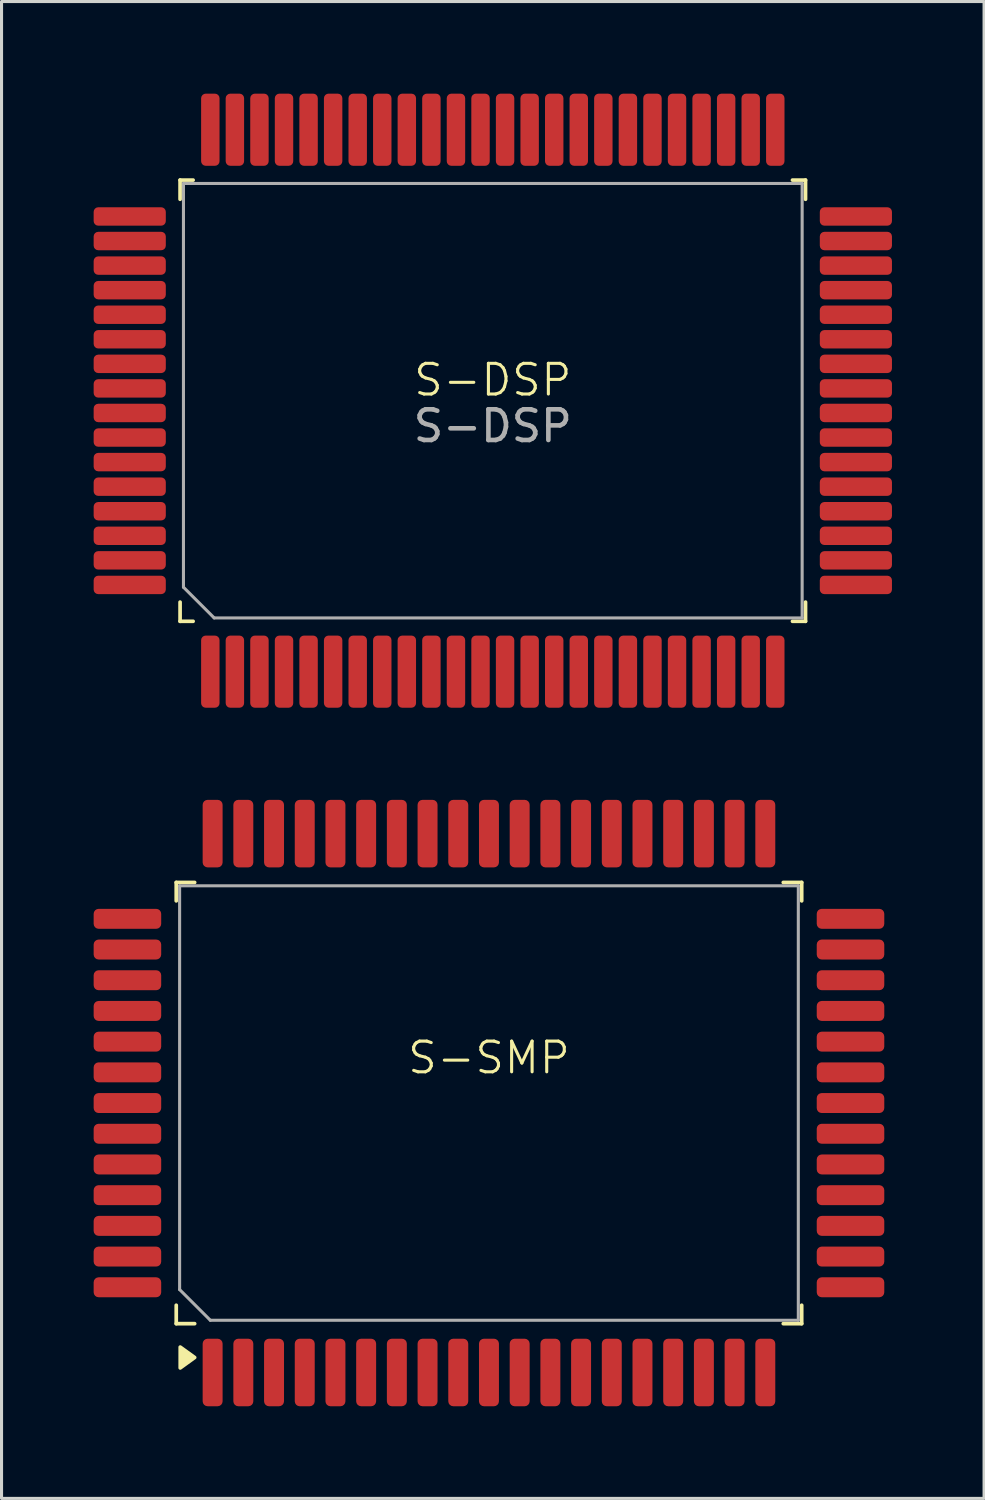
<source format=kicad_pcb>
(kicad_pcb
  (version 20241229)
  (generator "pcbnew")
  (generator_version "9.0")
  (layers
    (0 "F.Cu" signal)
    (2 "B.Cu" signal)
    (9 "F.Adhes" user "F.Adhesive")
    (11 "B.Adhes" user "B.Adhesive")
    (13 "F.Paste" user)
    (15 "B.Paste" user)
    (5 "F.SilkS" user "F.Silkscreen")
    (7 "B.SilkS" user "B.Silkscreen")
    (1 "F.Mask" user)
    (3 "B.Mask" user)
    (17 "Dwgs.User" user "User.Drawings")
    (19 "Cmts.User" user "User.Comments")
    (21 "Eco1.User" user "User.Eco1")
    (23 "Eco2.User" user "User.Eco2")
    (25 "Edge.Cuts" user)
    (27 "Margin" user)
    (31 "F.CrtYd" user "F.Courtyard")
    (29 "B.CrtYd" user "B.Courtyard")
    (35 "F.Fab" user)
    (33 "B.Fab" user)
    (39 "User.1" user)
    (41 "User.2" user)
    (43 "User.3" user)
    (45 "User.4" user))
  (footprint "S-DSP"
    (layer "F.Cu")
    (at 13 9.825)
    (property "Reference" "S-DSP" (at 0 -0.5 0) (unlocked yes) (layer "F.SilkS") (effects (font (size 1 1) (thickness 0.1))))
    (attr smd)
    (fp_line (start -10.185 -7.01) (end -9.76 -7.01) (stroke (width 0.12) (type solid)) (layer "F.SilkS"))
    (fp_line (start -10.185 -6.385) (end -10.185 -7.01) (stroke (width 0.12) (type solid)) (layer "F.SilkS"))
    (fp_line (start -10.185 6.735) (end -10.185 7.36) (stroke (width 0.12) (type solid)) (layer "F.SilkS"))
    (fp_line (start -10.185 7.36) (end -9.76 7.36) (stroke (width 0.12) (type solid)) (layer "F.SilkS"))
    (fp_line (start 10.185 -7.01) (end 9.76 -7.01) (stroke (width 0.12) (type solid)) (layer "F.SilkS"))
    (fp_line (start 10.185 -6.385) (end 10.185 -7.01) (stroke (width 0.12) (type solid)) (layer "F.SilkS"))
    (fp_line (start 10.185 6.735) (end 10.185 7.36) (stroke (width 0.12) (type solid)) (layer "F.SilkS"))
    (fp_line (start 10.185 7.36) (end 9.76 7.36) (stroke (width 0.12) (type solid)) (layer "F.SilkS"))
    (fp_line (start -10.075 -6.9) (end 10.075 -6.9) (stroke (width 0.1) (type solid)) (layer "F.Fab"))
    (fp_line (start -10.075 6.25) (end -10.075 -6.9) (stroke (width 0.1) (type solid)) (layer "F.Fab"))
    (fp_line (start -9.075 7.25) (end -10.075 6.25) (stroke (width 0.1) (type solid)) (layer "F.Fab"))
    (fp_line (start 10.075 -6.9) (end 10.075 7.25) (stroke (width 0.1) (type solid)) (layer "F.Fab"))
    (fp_line (start 10.075 7.25) (end -9.075 7.25) (stroke (width 0.1) (type solid)) (layer "F.Fab"))
    (fp_text user "${REFERENCE}" (at 0 1 0) (unlocked yes) (layer "F.Fab") (effects (font (size 1 1) (thickness 0.15))))
    (pad "1" smd roundrect (at -9.2 9 90) (size 2.35 0.6) (layers "F.Cu" "F.Mask" "F.Paste") (roundrect_rratio 0.25))
    (pad "2" smd roundrect (at -8.4 9 90) (size 2.35 0.6) (layers "F.Cu" "F.Mask" "F.Paste") (roundrect_rratio 0.25))
    (pad "3" smd roundrect (at -7.6 9 90) (size 2.35 0.6) (layers "F.Cu" "F.Mask" "F.Paste") (roundrect_rratio 0.25))
    (pad "4" smd roundrect (at -6.8 9 90) (size 2.35 0.6) (layers "F.Cu" "F.Mask" "F.Paste") (roundrect_rratio 0.25))
    (pad "5" smd roundrect (at -6 9 90) (size 2.35 0.6) (layers "F.Cu" "F.Mask" "F.Paste") (roundrect_rratio 0.25))
    (pad "6" smd roundrect (at -5.2 9 90) (size 2.35 0.6) (layers "F.Cu" "F.Mask" "F.Paste") (roundrect_rratio 0.25))
    (pad "7" smd roundrect (at -4.4 9 90) (size 2.35 0.6) (layers "F.Cu" "F.Mask" "F.Paste") (roundrect_rratio 0.25))
    (pad "8" smd roundrect (at -3.6 9 90) (size 2.35 0.6) (layers "F.Cu" "F.Mask" "F.Paste") (roundrect_rratio 0.25))
    (pad "9" smd roundrect (at -2.8 9 90) (size 2.35 0.6) (layers "F.Cu" "F.Mask" "F.Paste") (roundrect_rratio 0.25))
    (pad "10" smd roundrect (at -2 9 90) (size 2.35 0.6) (layers "F.Cu" "F.Mask" "F.Paste") (roundrect_rratio 0.25))
    (pad "11" smd roundrect (at -1.2 9 90) (size 2.35 0.6) (layers "F.Cu" "F.Mask" "F.Paste") (roundrect_rratio 0.25))
    (pad "12" smd roundrect (at -0.4 9 90) (size 2.35 0.6) (layers "F.Cu" "F.Mask" "F.Paste") (roundrect_rratio 0.25))
    (pad "13" smd roundrect (at 0.4 9 90) (size 2.35 0.6) (layers "F.Cu" "F.Mask" "F.Paste") (roundrect_rratio 0.25))
    (pad "14" smd roundrect (at 1.2 9 90) (size 2.35 0.6) (layers "F.Cu" "F.Mask" "F.Paste") (roundrect_rratio 0.25))
    (pad "15" smd roundrect (at 2 9 90) (size 2.35 0.6) (layers "F.Cu" "F.Mask" "F.Paste") (roundrect_rratio 0.25))
    (pad "16" smd roundrect (at 2.8 9 90) (size 2.35 0.6) (layers "F.Cu" "F.Mask" "F.Paste") (roundrect_rratio 0.25))
    (pad "17" smd roundrect (at 3.6 9 90) (size 2.35 0.6) (layers "F.Cu" "F.Mask" "F.Paste") (roundrect_rratio 0.25))
    (pad "18" smd roundrect (at 4.4 9 90) (size 2.35 0.6) (layers "F.Cu" "F.Mask" "F.Paste") (roundrect_rratio 0.25))
    (pad "19" smd roundrect (at 5.2 9 90) (size 2.35 0.6) (layers "F.Cu" "F.Mask" "F.Paste") (roundrect_rratio 0.25))
    (pad "20" smd roundrect (at 6 9 90) (size 2.35 0.6) (layers "F.Cu" "F.Mask" "F.Paste") (roundrect_rratio 0.25))
    (pad "21" smd roundrect (at 6.8 9 90) (size 2.35 0.6) (layers "F.Cu" "F.Mask" "F.Paste") (roundrect_rratio 0.25))
    (pad "22" smd roundrect (at 7.6 9 90) (size 2.35 0.6) (layers "F.Cu" "F.Mask" "F.Paste") (roundrect_rratio 0.25))
    (pad "23" smd roundrect (at 8.4 9 90) (size 2.35 0.6) (layers "F.Cu" "F.Mask" "F.Paste") (roundrect_rratio 0.25))
    (pad "24" smd roundrect (at 9.2 9 90) (size 2.35 0.6) (layers "F.Cu" "F.Mask" "F.Paste") (roundrect_rratio 0.25))
    (pad "25" smd roundrect (at 11.825 6.175 90) (size 0.6 2.35) (layers "F.Cu" "F.Mask" "F.Paste") (roundrect_rratio 0.25))
    (pad "26" smd roundrect (at 11.825 5.375 90) (size 0.6 2.35) (layers "F.Cu" "F.Mask" "F.Paste") (roundrect_rratio 0.25))
    (pad "27" smd roundrect (at 11.825 4.575 90) (size 0.6 2.35) (layers "F.Cu" "F.Mask" "F.Paste") (roundrect_rratio 0.25))
    (pad "28" smd roundrect (at 11.825 3.775 90) (size 0.6 2.35) (layers "F.Cu" "F.Mask" "F.Paste") (roundrect_rratio 0.25))
    (pad "29" smd roundrect (at 11.825 2.975 90) (size 0.6 2.35) (layers "F.Cu" "F.Mask" "F.Paste") (roundrect_rratio 0.25))
    (pad "30" smd roundrect (at 11.825 2.175 90) (size 0.6 2.35) (layers "F.Cu" "F.Mask" "F.Paste") (roundrect_rratio 0.25))
    (pad "31" smd roundrect (at 11.825 1.375 90) (size 0.6 2.35) (layers "F.Cu" "F.Mask" "F.Paste") (roundrect_rratio 0.25))
    (pad "32" smd roundrect (at 11.825 0.575 90) (size 0.6 2.35) (layers "F.Cu" "F.Mask" "F.Paste") (roundrect_rratio 0.25))
    (pad "33" smd roundrect (at 11.825 -0.225 90) (size 0.6 2.35) (layers "F.Cu" "F.Mask" "F.Paste") (roundrect_rratio 0.25))
    (pad "34" smd roundrect (at 11.825 -1.025 90) (size 0.6 2.35) (layers "F.Cu" "F.Mask" "F.Paste") (roundrect_rratio 0.25))
    (pad "35" smd roundrect (at 11.825 -1.825 90) (size 0.6 2.35) (layers "F.Cu" "F.Mask" "F.Paste") (roundrect_rratio 0.25))
    (pad "36" smd roundrect (at 11.825 -2.625 90) (size 0.6 2.35) (layers "F.Cu" "F.Mask" "F.Paste") (roundrect_rratio 0.25))
    (pad "37" smd roundrect (at 11.825 -3.425 90) (size 0.6 2.35) (layers "F.Cu" "F.Mask" "F.Paste") (roundrect_rratio 0.25))
    (pad "38" smd roundrect (at 11.825 -4.225 90) (size 0.6 2.35) (layers "F.Cu" "F.Mask" "F.Paste") (roundrect_rratio 0.25))
    (pad "39" smd roundrect (at 11.825 -5.025 90) (size 0.6 2.35) (layers "F.Cu" "F.Mask" "F.Paste") (roundrect_rratio 0.25))
    (pad "40" smd roundrect (at 11.825 -5.825 90) (size 0.6 2.35) (layers "F.Cu" "F.Mask" "F.Paste") (roundrect_rratio 0.25))
    (pad "41" smd roundrect (at 9.2 -8.65 90) (size 2.35 0.6) (layers "F.Cu" "F.Mask" "F.Paste") (roundrect_rratio 0.25))
    (pad "42" smd roundrect (at 8.4 -8.65 90) (size 2.35 0.6) (layers "F.Cu" "F.Mask" "F.Paste") (roundrect_rratio 0.25))
    (pad "43" smd roundrect (at 7.6 -8.65 90) (size 2.35 0.6) (layers "F.Cu" "F.Mask" "F.Paste") (roundrect_rratio 0.25))
    (pad "44" smd roundrect (at 6.8 -8.65 90) (size 2.35 0.6) (layers "F.Cu" "F.Mask" "F.Paste") (roundrect_rratio 0.25))
    (pad "45" smd roundrect (at 6 -8.65 90) (size 2.35 0.6) (layers "F.Cu" "F.Mask" "F.Paste") (roundrect_rratio 0.25))
    (pad "46" smd roundrect (at 5.2 -8.65 90) (size 2.35 0.6) (layers "F.Cu" "F.Mask" "F.Paste") (roundrect_rratio 0.25))
    (pad "47" smd roundrect (at 4.4 -8.65 90) (size 2.35 0.6) (layers "F.Cu" "F.Mask" "F.Paste") (roundrect_rratio 0.25))
    (pad "48" smd roundrect (at 3.6 -8.65 90) (size 2.35 0.6) (layers "F.Cu" "F.Mask" "F.Paste") (roundrect_rratio 0.25))
    (pad "49" smd roundrect (at 2.8 -8.65 90) (size 2.35 0.6) (layers "F.Cu" "F.Mask" "F.Paste") (roundrect_rratio 0.25))
    (pad "50" smd roundrect (at 2 -8.65 90) (size 2.35 0.6) (layers "F.Cu" "F.Mask" "F.Paste") (roundrect_rratio 0.25))
    (pad "51" smd roundrect (at 1.2 -8.65 90) (size 2.35 0.6) (layers "F.Cu" "F.Mask" "F.Paste") (roundrect_rratio 0.25))
    (pad "52" smd roundrect (at 0.4 -8.65 90) (size 2.35 0.6) (layers "F.Cu" "F.Mask" "F.Paste") (roundrect_rratio 0.25))
    (pad "53" smd roundrect (at -0.4 -8.65 90) (size 2.35 0.6) (layers "F.Cu" "F.Mask" "F.Paste") (roundrect_rratio 0.25))
    (pad "54" smd roundrect (at -1.2 -8.65 90) (size 2.35 0.6) (layers "F.Cu" "F.Mask" "F.Paste") (roundrect_rratio 0.25))
    (pad "55" smd roundrect (at -2 -8.65 90) (size 2.35 0.6) (layers "F.Cu" "F.Mask" "F.Paste") (roundrect_rratio 0.25))
    (pad "56" smd roundrect (at -2.8 -8.65 90) (size 2.35 0.6) (layers "F.Cu" "F.Mask" "F.Paste") (roundrect_rratio 0.25))
    (pad "57" smd roundrect (at -3.6 -8.65 90) (size 2.35 0.6) (layers "F.Cu" "F.Mask" "F.Paste") (roundrect_rratio 0.25))
    (pad "58" smd roundrect (at -4.4 -8.65 90) (size 2.35 0.6) (layers "F.Cu" "F.Mask" "F.Paste") (roundrect_rratio 0.25))
    (pad "59" smd roundrect (at -5.2 -8.65 90) (size 2.35 0.6) (layers "F.Cu" "F.Mask" "F.Paste") (roundrect_rratio 0.25))
    (pad "60" smd roundrect (at -6 -8.65 90) (size 2.35 0.6) (layers "F.Cu" "F.Mask" "F.Paste") (roundrect_rratio 0.25))
    (pad "61" smd roundrect (at -6.8 -8.65 90) (size 2.35 0.6) (layers "F.Cu" "F.Mask" "F.Paste") (roundrect_rratio 0.25))
    (pad "62" smd roundrect (at -7.6 -8.65 90) (size 2.35 0.6) (layers "F.Cu" "F.Mask" "F.Paste") (roundrect_rratio 0.25))
    (pad "63" smd roundrect (at -8.4 -8.65 90) (size 2.35 0.6) (layers "F.Cu" "F.Mask" "F.Paste") (roundrect_rratio 0.25))
    (pad "64" smd roundrect (at -9.2 -8.65 90) (size 2.35 0.6) (layers "F.Cu" "F.Mask" "F.Paste") (roundrect_rratio 0.25))
    (pad "65" smd roundrect (at -11.825 -5.825 90) (size 0.6 2.35) (layers "F.Cu" "F.Mask" "F.Paste") (roundrect_rratio 0.25))
    (pad "66" smd roundrect (at -11.825 -5.025 90) (size 0.6 2.35) (layers "F.Cu" "F.Mask" "F.Paste") (roundrect_rratio 0.25))
    (pad "67" smd roundrect (at -11.825 -4.225 90) (size 0.6 2.35) (layers "F.Cu" "F.Mask" "F.Paste") (roundrect_rratio 0.25))
    (pad "68" smd roundrect (at -11.825 -3.425 90) (size 0.6 2.35) (layers "F.Cu" "F.Mask" "F.Paste") (roundrect_rratio 0.25))
    (pad "69" smd roundrect (at -11.825 -2.625 90) (size 0.6 2.35) (layers "F.Cu" "F.Mask" "F.Paste") (roundrect_rratio 0.25))
    (pad "70" smd roundrect (at -11.825 -1.825 90) (size 0.6 2.35) (layers "F.Cu" "F.Mask" "F.Paste") (roundrect_rratio 0.25))
    (pad "71" smd roundrect (at -11.825 -1.025 90) (size 0.6 2.35) (layers "F.Cu" "F.Mask" "F.Paste") (roundrect_rratio 0.25))
    (pad "72" smd roundrect (at -11.825 -0.225 90) (size 0.6 2.35) (layers "F.Cu" "F.Mask" "F.Paste") (roundrect_rratio 0.25))
    (pad "73" smd roundrect (at -11.825 0.575 90) (size 0.6 2.35) (layers "F.Cu" "F.Mask" "F.Paste") (roundrect_rratio 0.25))
    (pad "74" smd roundrect (at -11.825 1.375 90) (size 0.6 2.35) (layers "F.Cu" "F.Mask" "F.Paste") (roundrect_rratio 0.25))
    (pad "75" smd roundrect (at -11.825 2.175 90) (size 0.6 2.35) (layers "F.Cu" "F.Mask" "F.Paste") (roundrect_rratio 0.25))
    (pad "76" smd roundrect (at -11.825 2.975 90) (size 0.6 2.35) (layers "F.Cu" "F.Mask" "F.Paste") (roundrect_rratio 0.25))
    (pad "77" smd roundrect (at -11.825 3.775 90) (size 0.6 2.35) (layers "F.Cu" "F.Mask" "F.Paste") (roundrect_rratio 0.25))
    (pad "78" smd roundrect (at -11.825 4.575 90) (size 0.6 2.35) (layers "F.Cu" "F.Mask" "F.Paste") (roundrect_rratio 0.25))
    (pad "79" smd roundrect (at -11.825 5.375 90) (size 0.6 2.35) (layers "F.Cu" "F.Mask" "F.Paste") (roundrect_rratio 0.25))
    (pad "80" smd roundrect (at -11.825 6.175 90) (size 0.6 2.35) (layers "F.Cu" "F.Mask" "F.Paste") (roundrect_rratio 0.25)))
  (footprint "S-SMP"
    (layer "F.Cu")
    (at 12.875 32.9)
    (property "Reference" "S-SMP" (at 0 -1.5 0) (unlocked yes) (layer "F.SilkS") (effects (font (size 1 1) (thickness 0.1))))
    (attr smd)
    (fp_line (start -10.185 -7.21) (end -9.585 -7.21) (stroke (width 0.12) (type solid)) (layer "F.SilkS"))
    (fp_line (start -10.185 -6.61) (end -10.185 -7.21) (stroke (width 0.12) (type solid)) (layer "F.SilkS"))
    (fp_line (start -10.185 6.56) (end -10.185 7.16) (stroke (width 0.12) (type solid)) (layer "F.SilkS"))
    (fp_line (start -10.185 7.16) (end -9.585 7.16) (stroke (width 0.12) (type solid)) (layer "F.SilkS"))
    (fp_line (start 10.185 -7.21) (end 9.585 -7.21) (stroke (width 0.12) (type solid)) (layer "F.SilkS"))
    (fp_line (start 10.185 -6.61) (end 10.185 -7.21) (stroke (width 0.12) (type solid)) (layer "F.SilkS"))
    (fp_line (start 10.185 6.56) (end 10.185 7.16) (stroke (width 0.12) (type solid)) (layer "F.SilkS"))
    (fp_line (start 10.185 7.16) (end 9.585 7.16) (stroke (width 0.12) (type solid)) (layer "F.SilkS"))
    (fp_poly (pts (xy -9.585 8.262) (xy -10.055 8.602) (xy -10.055 7.923) (xy -9.585 8.262)) (stroke (width 0.12) (type solid)) (fill yes) (layer "F.SilkS"))
    (fp_line (start -10.075 -7.1) (end 10.075 -7.1) (stroke (width 0.1) (type solid)) (layer "F.Fab"))
    (fp_line (start -10.075 6.05) (end -10.075 -7.1) (stroke (width 0.1) (type solid)) (layer "F.Fab"))
    (fp_line (start -9.075 7.05) (end -10.075 6.05) (stroke (width 0.1) (type solid)) (layer "F.Fab"))
    (fp_line (start 10.075 -7.1) (end 10.075 7.05) (stroke (width 0.1) (type solid)) (layer "F.Fab"))
    (fp_line (start 10.075 7.05) (end -9.075 7.05) (stroke (width 0.1) (type solid)) (layer "F.Fab"))
    (pad "1" smd roundrect (at -9 8.75 90) (size 2.2 0.65) (layers "F.Cu" "F.Mask" "F.Paste") (roundrect_rratio 0.25))
    (pad "2" smd roundrect (at -8 8.75 90) (size 2.2 0.65) (layers "F.Cu" "F.Mask" "F.Paste") (roundrect_rratio 0.25))
    (pad "3" smd roundrect (at -7 8.75 90) (size 2.2 0.65) (layers "F.Cu" "F.Mask" "F.Paste") (roundrect_rratio 0.25))
    (pad "4" smd roundrect (at -6 8.75 90) (size 2.2 0.65) (layers "F.Cu" "F.Mask" "F.Paste") (roundrect_rratio 0.25))
    (pad "5" smd roundrect (at -5 8.75 90) (size 2.2 0.65) (layers "F.Cu" "F.Mask" "F.Paste") (roundrect_rratio 0.25))
    (pad "6" smd roundrect (at -4 8.75 90) (size 2.2 0.65) (layers "F.Cu" "F.Mask" "F.Paste") (roundrect_rratio 0.25))
    (pad "7" smd roundrect (at -3 8.75 90) (size 2.2 0.65) (layers "F.Cu" "F.Mask" "F.Paste") (roundrect_rratio 0.25))
    (pad "8" smd roundrect (at -2 8.75 90) (size 2.2 0.65) (layers "F.Cu" "F.Mask" "F.Paste") (roundrect_rratio 0.25))
    (pad "9" smd roundrect (at -1 8.75 90) (size 2.2 0.65) (layers "F.Cu" "F.Mask" "F.Paste") (roundrect_rratio 0.25))
    (pad "10" smd roundrect (at 0 8.75 90) (size 2.2 0.65) (layers "F.Cu" "F.Mask" "F.Paste") (roundrect_rratio 0.25))
    (pad "11" smd roundrect (at 1 8.75 90) (size 2.2 0.65) (layers "F.Cu" "F.Mask" "F.Paste") (roundrect_rratio 0.25))
    (pad "12" smd roundrect (at 2 8.75 90) (size 2.2 0.65) (layers "F.Cu" "F.Mask" "F.Paste") (roundrect_rratio 0.25))
    (pad "13" smd roundrect (at 3 8.75 90) (size 2.2 0.65) (layers "F.Cu" "F.Mask" "F.Paste") (roundrect_rratio 0.25))
    (pad "14" smd roundrect (at 4 8.75 90) (size 2.2 0.65) (layers "F.Cu" "F.Mask" "F.Paste") (roundrect_rratio 0.25))
    (pad "15" smd roundrect (at 5 8.75 90) (size 2.2 0.65) (layers "F.Cu" "F.Mask" "F.Paste") (roundrect_rratio 0.25))
    (pad "16" smd roundrect (at 6 8.75 90) (size 2.2 0.65) (layers "F.Cu" "F.Mask" "F.Paste") (roundrect_rratio 0.25))
    (pad "17" smd roundrect (at 7 8.75 90) (size 2.2 0.65) (layers "F.Cu" "F.Mask" "F.Paste") (roundrect_rratio 0.25))
    (pad "18" smd roundrect (at 8 8.75 90) (size 2.2 0.65) (layers "F.Cu" "F.Mask" "F.Paste") (roundrect_rratio 0.25))
    (pad "19" smd roundrect (at 9 8.75 90) (size 2.2 0.65) (layers "F.Cu" "F.Mask" "F.Paste") (roundrect_rratio 0.25))
    (pad "20" smd roundrect (at 11.775 5.975 90) (size 0.65 2.2) (layers "F.Cu" "F.Mask" "F.Paste") (roundrect_rratio 0.25))
    (pad "21" smd roundrect (at 11.775 4.975 90) (size 0.65 2.2) (layers "F.Cu" "F.Mask" "F.Paste") (roundrect_rratio 0.25))
    (pad "22" smd roundrect (at 11.775 3.975 90) (size 0.65 2.2) (layers "F.Cu" "F.Mask" "F.Paste") (roundrect_rratio 0.25))
    (pad "23" smd roundrect (at 11.775 2.975 90) (size 0.65 2.2) (layers "F.Cu" "F.Mask" "F.Paste") (roundrect_rratio 0.25))
    (pad "24" smd roundrect (at 11.775 1.975 90) (size 0.65 2.2) (layers "F.Cu" "F.Mask" "F.Paste") (roundrect_rratio 0.25))
    (pad "25" smd roundrect (at 11.775 0.975 90) (size 0.65 2.2) (layers "F.Cu" "F.Mask" "F.Paste") (roundrect_rratio 0.25))
    (pad "26" smd roundrect (at 11.775 -0.025 90) (size 0.65 2.2) (layers "F.Cu" "F.Mask" "F.Paste") (roundrect_rratio 0.25))
    (pad "27" smd roundrect (at 11.775 -1.025 90) (size 0.65 2.2) (layers "F.Cu" "F.Mask" "F.Paste") (roundrect_rratio 0.25))
    (pad "28" smd roundrect (at 11.775 -2.025 90) (size 0.65 2.2) (layers "F.Cu" "F.Mask" "F.Paste") (roundrect_rratio 0.25))
    (pad "29" smd roundrect (at 11.775 -3.025 90) (size 0.65 2.2) (layers "F.Cu" "F.Mask" "F.Paste") (roundrect_rratio 0.25))
    (pad "30" smd roundrect (at 11.775 -4.025 90) (size 0.65 2.2) (layers "F.Cu" "F.Mask" "F.Paste") (roundrect_rratio 0.25))
    (pad "31" smd roundrect (at 11.775 -5.025 90) (size 0.65 2.2) (layers "F.Cu" "F.Mask" "F.Paste") (roundrect_rratio 0.25))
    (pad "32" smd roundrect (at 11.775 -6.025 90) (size 0.65 2.2) (layers "F.Cu" "F.Mask" "F.Paste") (roundrect_rratio 0.25))
    (pad "33" smd roundrect (at 9 -8.8 90) (size 2.2 0.65) (layers "F.Cu" "F.Mask" "F.Paste") (roundrect_rratio 0.25))
    (pad "34" smd roundrect (at 8 -8.8 90) (size 2.2 0.65) (layers "F.Cu" "F.Mask" "F.Paste") (roundrect_rratio 0.25))
    (pad "35" smd roundrect (at 7 -8.8 90) (size 2.2 0.65) (layers "F.Cu" "F.Mask" "F.Paste") (roundrect_rratio 0.25))
    (pad "36" smd roundrect (at 6 -8.8 90) (size 2.2 0.65) (layers "F.Cu" "F.Mask" "F.Paste") (roundrect_rratio 0.25))
    (pad "37" smd roundrect (at 5 -8.8 90) (size 2.2 0.65) (layers "F.Cu" "F.Mask" "F.Paste") (roundrect_rratio 0.25))
    (pad "38" smd roundrect (at 4 -8.8 90) (size 2.2 0.65) (layers "F.Cu" "F.Mask" "F.Paste") (roundrect_rratio 0.25))
    (pad "39" smd roundrect (at 3 -8.8 90) (size 2.2 0.65) (layers "F.Cu" "F.Mask" "F.Paste") (roundrect_rratio 0.25))
    (pad "40" smd roundrect (at 2 -8.8 90) (size 2.2 0.65) (layers "F.Cu" "F.Mask" "F.Paste") (roundrect_rratio 0.25))
    (pad "41" smd roundrect (at 1 -8.8 90) (size 2.2 0.65) (layers "F.Cu" "F.Mask" "F.Paste") (roundrect_rratio 0.25))
    (pad "42" smd roundrect (at 0 -8.8 90) (size 2.2 0.65) (layers "F.Cu" "F.Mask" "F.Paste") (roundrect_rratio 0.25))
    (pad "43" smd roundrect (at -1 -8.8 90) (size 2.2 0.65) (layers "F.Cu" "F.Mask" "F.Paste") (roundrect_rratio 0.25))
    (pad "44" smd roundrect (at -2 -8.8 90) (size 2.2 0.65) (layers "F.Cu" "F.Mask" "F.Paste") (roundrect_rratio 0.25))
    (pad "45" smd roundrect (at -3 -8.8 90) (size 2.2 0.65) (layers "F.Cu" "F.Mask" "F.Paste") (roundrect_rratio 0.25))
    (pad "46" smd roundrect (at -4 -8.8 90) (size 2.2 0.65) (layers "F.Cu" "F.Mask" "F.Paste") (roundrect_rratio 0.25))
    (pad "47" smd roundrect (at -5 -8.8 90) (size 2.2 0.65) (layers "F.Cu" "F.Mask" "F.Paste") (roundrect_rratio 0.25))
    (pad "48" smd roundrect (at -6 -8.8 90) (size 2.2 0.65) (layers "F.Cu" "F.Mask" "F.Paste") (roundrect_rratio 0.25))
    (pad "49" smd roundrect (at -7 -8.8 90) (size 2.2 0.65) (layers "F.Cu" "F.Mask" "F.Paste") (roundrect_rratio 0.25))
    (pad "50" smd roundrect (at -8 -8.8 90) (size 2.2 0.65) (layers "F.Cu" "F.Mask" "F.Paste") (roundrect_rratio 0.25))
    (pad "51" smd roundrect (at -9 -8.8 90) (size 2.2 0.65) (layers "F.Cu" "F.Mask" "F.Paste") (roundrect_rratio 0.25))
    (pad "52" smd roundrect (at -11.775 -6.025 90) (size 0.65 2.2) (layers "F.Cu" "F.Mask" "F.Paste") (roundrect_rratio 0.25))
    (pad "53" smd roundrect (at -11.775 -5.025 90) (size 0.65 2.2) (layers "F.Cu" "F.Mask" "F.Paste") (roundrect_rratio 0.25))
    (pad "54" smd roundrect (at -11.775 -4.025 90) (size 0.65 2.2) (layers "F.Cu" "F.Mask" "F.Paste") (roundrect_rratio 0.25))
    (pad "55" smd roundrect (at -11.775 -3.025 90) (size 0.65 2.2) (layers "F.Cu" "F.Mask" "F.Paste") (roundrect_rratio 0.25))
    (pad "56" smd roundrect (at -11.775 -2.025 90) (size 0.65 2.2) (layers "F.Cu" "F.Mask" "F.Paste") (roundrect_rratio 0.25))
    (pad "57" smd roundrect (at -11.775 -1.025 90) (size 0.65 2.2) (layers "F.Cu" "F.Mask" "F.Paste") (roundrect_rratio 0.25))
    (pad "58" smd roundrect (at -11.775 -0.025 90) (size 0.65 2.2) (layers "F.Cu" "F.Mask" "F.Paste") (roundrect_rratio 0.25))
    (pad "59" smd roundrect (at -11.775 0.975 90) (size 0.65 2.2) (layers "F.Cu" "F.Mask" "F.Paste") (roundrect_rratio 0.25))
    (pad "60" smd roundrect (at -11.775 1.975 90) (size 0.65 2.2) (layers "F.Cu" "F.Mask" "F.Paste") (roundrect_rratio 0.25))
    (pad "61" smd roundrect (at -11.775 2.975 90) (size 0.65 2.2) (layers "F.Cu" "F.Mask" "F.Paste") (roundrect_rratio 0.25))
    (pad "62" smd roundrect (at -11.775 3.975 90) (size 0.65 2.2) (layers "F.Cu" "F.Mask" "F.Paste") (roundrect_rratio 0.25))
    (pad "63" smd roundrect (at -11.775 4.975 90) (size 0.65 2.2) (layers "F.Cu" "F.Mask" "F.Paste") (roundrect_rratio 0.25))
    (pad "64" smd roundrect (at -11.775 5.975 90) (size 0.65 2.2) (layers "F.Cu" "F.Mask" "F.Paste") (roundrect_rratio 0.25)))
  (gr_rect
    (start -3 -3)
    (end 29 45.75)
    (stroke (width 0.1) (type default))
    (fill no)
    (layer "Edge.Cuts")))
</source>
